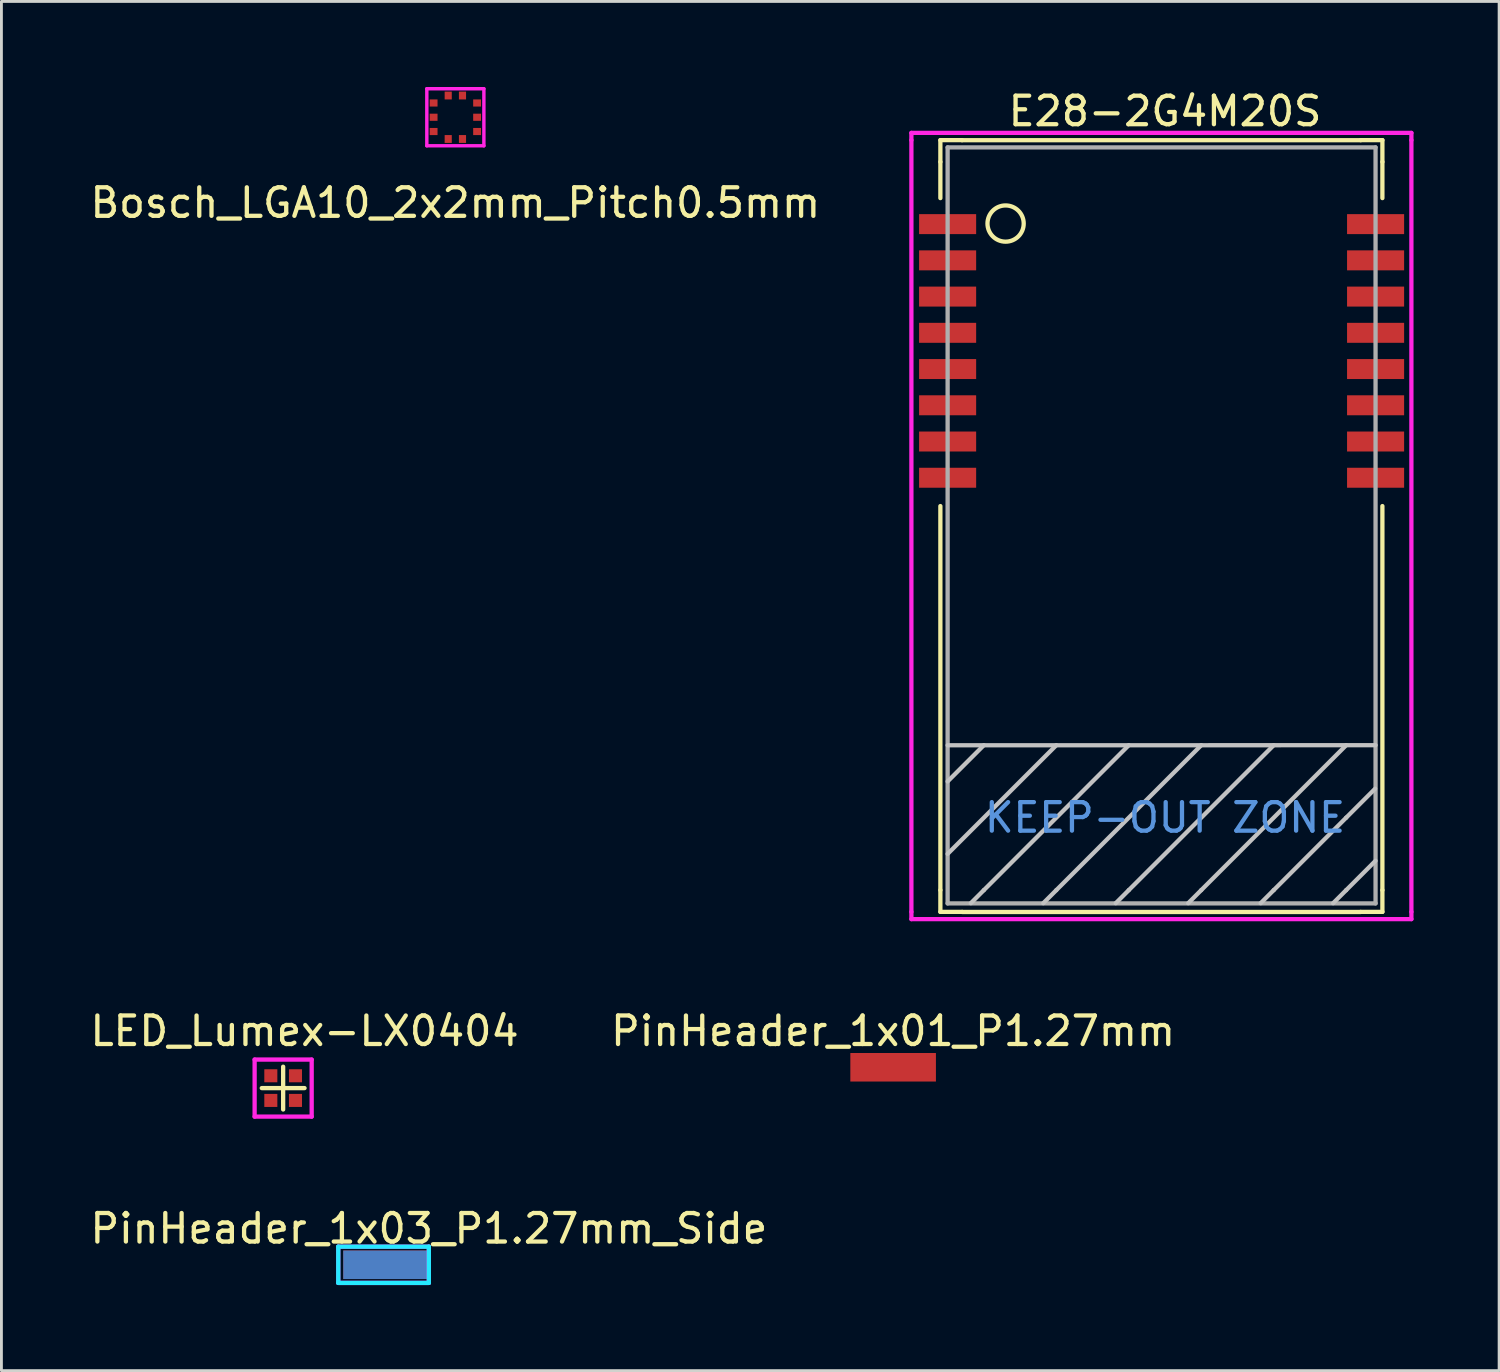
<source format=kicad_pcb>
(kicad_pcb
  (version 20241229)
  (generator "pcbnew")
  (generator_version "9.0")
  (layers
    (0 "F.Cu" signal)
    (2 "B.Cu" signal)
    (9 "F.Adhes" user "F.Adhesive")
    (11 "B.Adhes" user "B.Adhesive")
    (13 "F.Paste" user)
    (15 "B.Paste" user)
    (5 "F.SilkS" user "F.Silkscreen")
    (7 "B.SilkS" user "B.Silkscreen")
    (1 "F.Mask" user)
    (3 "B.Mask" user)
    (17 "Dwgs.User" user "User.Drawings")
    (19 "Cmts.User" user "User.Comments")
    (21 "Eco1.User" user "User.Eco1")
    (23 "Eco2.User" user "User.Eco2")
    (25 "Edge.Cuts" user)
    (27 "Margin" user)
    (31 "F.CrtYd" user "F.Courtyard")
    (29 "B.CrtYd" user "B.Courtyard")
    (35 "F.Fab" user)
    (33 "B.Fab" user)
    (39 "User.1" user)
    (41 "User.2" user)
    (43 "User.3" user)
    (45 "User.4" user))
  (footprint "PinHeader_1x03_P1.27mm_Side"
    (layer "F.Cu")
    (at 11.982 41.283)
    (property "Reference" "PinHeader_1x03_P1.27mm_Side" (at 0 -1.27 0) (layer "F.SilkS") (effects (font (size 1 1) (thickness 0.15))))
    (attr smd)
    (fp_line (start -3.175 -0.635) (end 0 -0.635) (stroke (width 0.15) (type solid)) (layer "B.CrtYd"))
    (fp_line (start -3.175 0.635) (end -3.175 -0.635) (stroke (width 0.15) (type solid)) (layer "B.CrtYd"))
    (fp_line (start 0 -0.635) (end 0 0.635) (stroke (width 0.15) (type solid)) (layer "B.CrtYd"))
    (fp_line (start 0 0.635) (end -3.175 0.635) (stroke (width 0.15) (type solid)) (layer "B.CrtYd"))
    (fp_line (start -3.175 -0.635) (end 0 -0.635) (stroke (width 0.15) (type solid)) (layer "F.CrtYd"))
    (fp_line (start -3.175 0.635) (end -3.175 -0.635) (stroke (width 0.15) (type solid)) (layer "F.CrtYd"))
    (fp_line (start 0 -0.635) (end 0 0.635) (stroke (width 0.15) (type solid)) (layer "F.CrtYd"))
    (fp_line (start 0 0.635) (end -3.175 0.635) (stroke (width 0.15) (type solid)) (layer "F.CrtYd"))
    (pad "" smd rect (at -1.5 0) (size 3 0.65) (layers "F.Mask" "F.Paste"))
    (pad "1" smd rect (at -1.5 0) (size 3 1) (layers "F.Cu" "F.Mask" "F.Paste"))
    (pad "2" smd rect (at -1.5 0) (size 3 1) (layers "F.Mask" "B.Cu" "F.Paste")))
  (footprint "PinHeader_1x01_P1.27mm"
    (layer "F.Cu")
    (at 28.256 34.36)
    (property "Reference" "PinHeader_1x01_P1.27mm" (at 0 -1.27 0) (layer "F.SilkS") (effects (font (size 1 1) (thickness 0.15))))
    (attr through_hole)
    (pad "1" smd rect (at 0 0) (size 3 1) (layers "F.Cu" "F.Mask" "F.Paste")))
  (footprint "LED_Lumex-LX0404"
    (layer "F.Cu")
    (at 6.875 35.09)
    (property "Reference" "LED_Lumex-LX0404" (at 0.75 -2 0) (layer "F.SilkS") (effects (font (size 1 1) (thickness 0.15))))
    (attr smd)
    (fp_line (start -0.75 0) (end 0.75 0) (stroke (width 0.15) (type solid)) (layer "F.SilkS"))
    (fp_line (start 0 -0.75) (end 0 0.75) (stroke (width 0.15) (type solid)) (layer "F.SilkS"))
    (fp_line (start -1 -1) (end 1 -1) (stroke (width 0.15) (type solid)) (layer "F.CrtYd"))
    (fp_line (start -1 1) (end -1 -1) (stroke (width 0.15) (type solid)) (layer "F.CrtYd"))
    (fp_line (start 1 -1) (end 1 1) (stroke (width 0.15) (type solid)) (layer "F.CrtYd"))
    (fp_line (start 1 1) (end -1 1) (stroke (width 0.15) (type solid)) (layer "F.CrtYd"))
    (pad "1" smd rect (at -0.432 -0.432) (size 0.457 0.457) (layers "F.Cu" "F.Mask" "F.Paste"))
    (pad "2" smd rect (at 0.432 -0.432) (size 0.457 0.457) (layers "F.Cu" "F.Mask" "F.Paste"))
    (pad "3" smd rect (at -0.432 0.432) (size 0.457 0.457) (layers "F.Cu" "F.Mask" "F.Paste"))
    (pad "4" smd rect (at 0.432 0.432) (size 0.457 0.457) (layers "F.Cu" "F.Mask" "F.Paste")))
  (footprint "Bosch_LGA10_2x2mm_Pitch0.5mm"
    (layer "F.Cu")
    (at 12.911 1.06)
    (property "Reference" "Bosch_LGA10_2x2mm_Pitch0.5mm" (at 0 3 0) (layer "F.SilkS") (effects (font (size 1 1) (thickness 0.15))))
    (attr smd)
    (fp_line (start -1 -1) (end -1 1) (stroke (width 0.12) (type solid)) (layer "F.CrtYd"))
    (fp_line (start -1 1) (end 1 1) (stroke (width 0.12) (type solid)) (layer "F.CrtYd"))
    (fp_line (start 1 -1) (end -1 -1) (stroke (width 0.12) (type solid)) (layer "F.CrtYd"))
    (fp_line (start 1 1) (end 1 -1) (stroke (width 0.12) (type solid)) (layer "F.CrtYd"))
    (pad "1" smd rect (at -0.25 -0.762) (size 0.25 0.275) (layers "F.Cu" "F.Mask" "F.Paste"))
    (pad "2" smd rect (at 0.25 -0.762) (size 0.25 0.275) (layers "F.Cu" "F.Mask" "F.Paste"))
    (pad "3" smd rect (at 0.762 -0.5) (size 0.275 0.25) (layers "F.Cu" "F.Mask" "F.Paste"))
    (pad "4" smd rect (at 0.762 0) (size 0.275 0.25) (layers "F.Cu" "F.Mask" "F.Paste"))
    (pad "5" smd rect (at 0.762 0.5) (size 0.275 0.25) (layers "F.Cu" "F.Mask" "F.Paste"))
    (pad "6" smd rect (at 0.25 0.762) (size 0.25 0.275) (layers "F.Cu" "F.Mask" "F.Paste"))
    (pad "7" smd rect (at -0.25 0.762) (size 0.25 0.275) (layers "F.Cu" "F.Mask" "F.Paste"))
    (pad "8" smd rect (at -0.762 0.5) (size 0.275 0.25) (layers "F.Cu" "F.Mask" "F.Paste"))
    (pad "9" smd rect (at -0.762 0) (size 0.275 0.25) (layers "F.Cu" "F.Mask" "F.Paste"))
    (pad "10" smd rect (at -0.762 -0.5) (size 0.275 0.25) (layers "F.Cu" "F.Mask" "F.Paste")))
  (footprint "E28-2G4M20S"
    (layer "F.Cu")
    (at 37.786 15.451)
    (property "Reference" "E28-2G4M20S" (at 0 -14.602 0) (layer "F.SilkS") (effects (font (size 1 1) (thickness 0.15))))
    (attr smd)
    (fp_line (start -7.874 -13.589) (end -7.112 -13.589) (stroke (width 0.15) (type solid)) (layer "F.SilkS"))
    (fp_line (start -7.874 -12.827) (end -7.874 -13.589) (stroke (width 0.15) (type solid)) (layer "F.SilkS"))
    (fp_line (start -7.874 -12.827) (end -7.874 -11.557) (stroke (width 0.15) (type solid)) (layer "F.SilkS"))
    (fp_line (start -7.874 12.7) (end -7.874 -0.762) (stroke (width 0.15) (type solid)) (layer "F.SilkS"))
    (fp_line (start -7.874 12.7) (end -7.874 13.462) (stroke (width 0.15) (type solid)) (layer "F.SilkS"))
    (fp_line (start -7.874 13.462) (end -7.112 13.462) (stroke (width 0.15) (type solid)) (layer "F.SilkS"))
    (fp_line (start -7.112 -13.586) (end 6.858 -13.586) (stroke (width 0.15) (type solid)) (layer "F.SilkS"))
    (fp_line (start -7.112 13.465) (end 6.858 13.465) (stroke (width 0.15) (type solid)) (layer "F.SilkS"))
    (fp_line (start 7.62 -13.589) (end 6.858 -13.589) (stroke (width 0.15) (type solid)) (layer "F.SilkS"))
    (fp_line (start 7.62 -12.827) (end 7.62 -13.589) (stroke (width 0.15) (type solid)) (layer "F.SilkS"))
    (fp_line (start 7.62 -12.827) (end 7.62 -11.557) (stroke (width 0.15) (type solid)) (layer "F.SilkS"))
    (fp_line (start 7.62 12.7) (end 7.62 -0.762) (stroke (width 0.15) (type solid)) (layer "F.SilkS"))
    (fp_line (start 7.62 12.7) (end 7.62 13.462) (stroke (width 0.15) (type solid)) (layer "F.SilkS"))
    (fp_line (start 7.62 13.462) (end 6.858 13.462) (stroke (width 0.15) (type solid)) (layer "F.SilkS"))
    (fp_circle (center -5.588 -10.665) (end -5.588 -10.03) (stroke (width 0.15) (type solid)) (fill no) (layer "F.SilkS"))
    (fp_line (start -7.62 7.623) (end 7.381 7.62) (stroke (width 0.15) (type solid)) (layer "Dwgs.User"))
    (fp_line (start -7.62 8.89) (end -6.35 7.62) (stroke (width 0.15) (type solid)) (layer "Dwgs.User"))
    (fp_line (start -7.62 11.43) (end -3.81 7.62) (stroke (width 0.15) (type solid)) (layer "Dwgs.User"))
    (fp_line (start -6.35 12.7) (end -6.807 13.157) (stroke (width 0.15) (type solid)) (layer "Dwgs.User"))
    (fp_line (start -3.81 12.7) (end -4.267 13.157) (stroke (width 0.15) (type solid)) (layer "Dwgs.User"))
    (fp_line (start -1.27 7.62) (end -6.35 12.7) (stroke (width 0.15) (type solid)) (layer "Dwgs.User"))
    (fp_line (start -1.27 12.7) (end -1.727 13.157) (stroke (width 0.15) (type solid)) (layer "Dwgs.User"))
    (fp_line (start 1.27 7.62) (end -3.81 12.7) (stroke (width 0.15) (type solid)) (layer "Dwgs.User"))
    (fp_line (start 1.27 12.7) (end 0.813 13.157) (stroke (width 0.15) (type solid)) (layer "Dwgs.User"))
    (fp_line (start 3.81 7.62) (end -1.27 12.7) (stroke (width 0.15) (type solid)) (layer "Dwgs.User"))
    (fp_line (start 3.81 12.7) (end 3.353 13.157) (stroke (width 0.15) (type solid)) (layer "Dwgs.User"))
    (fp_line (start 3.81 12.7) (end 6.35 10.16) (stroke (width 0.15) (type solid)) (layer "Dwgs.User"))
    (fp_line (start 6.35 7.62) (end 1.27 12.7) (stroke (width 0.15) (type solid)) (layer "Dwgs.User"))
    (fp_line (start 6.35 10.16) (end 7.366 9.144) (stroke (width 0.15) (type solid)) (layer "Dwgs.User"))
    (fp_line (start 6.35 12.7) (end 5.893 13.157) (stroke (width 0.15) (type solid)) (layer "Dwgs.User"))
    (fp_line (start 6.35 12.7) (end 7.379 11.671) (stroke (width 0.15) (type solid)) (layer "Dwgs.User"))
    (fp_line (start -8.89 -13.843) (end 8.636 -13.843) (stroke (width 0.15) (type solid)) (layer "F.CrtYd"))
    (fp_line (start -8.89 -13.589) (end -8.89 -13.843) (stroke (width 0.15) (type solid)) (layer "F.CrtYd"))
    (fp_line (start -8.89 13.462) (end -8.89 -13.589) (stroke (width 0.15) (type solid)) (layer "F.CrtYd"))
    (fp_line (start -8.89 13.462) (end -8.89 13.716) (stroke (width 0.15) (type solid)) (layer "F.CrtYd"))
    (fp_line (start -8.89 13.716) (end 8.636 13.716) (stroke (width 0.15) (type solid)) (layer "F.CrtYd"))
    (fp_line (start 8.636 -13.843) (end 8.636 -13.589) (stroke (width 0.15) (type solid)) (layer "F.CrtYd"))
    (fp_line (start 8.636 -13.589) (end 8.636 13.462) (stroke (width 0.15) (type solid)) (layer "F.CrtYd"))
    (fp_line (start 8.636 13.716) (end 8.636 13.462) (stroke (width 0.15) (type solid)) (layer "F.CrtYd"))
    (fp_line (start -7.62 -13.335) (end 7.38 -13.335) (stroke (width 0.15) (type solid)) (layer "F.Fab"))
    (fp_line (start -7.62 13.165) (end -7.62 -13.335) (stroke (width 0.15) (type solid)) (layer "F.Fab"))
    (fp_line (start 7.38 -13.335) (end 7.38 13.165) (stroke (width 0.15) (type solid)) (layer "F.Fab"))
    (fp_line (start 7.38 13.165) (end -7.62 13.165) (stroke (width 0.15) (type solid)) (layer "F.Fab"))
    (fp_text user "KEEP-OUT ZONE" (at 0 10.16 0) (layer "Cmts.User") (effects (font (size 1 1) (thickness 0.15))))
    (pad "1" smd rect (at -7.62 -10.645) (size 2 0.7) (layers "F.Cu" "F.Mask" "F.Paste"))
    (pad "2" smd rect (at -7.62 -9.375) (size 2 0.7) (layers "F.Cu" "F.Mask" "F.Paste"))
    (pad "3" smd rect (at -7.62 -8.105) (size 2 0.7) (layers "F.Cu" "F.Mask" "F.Paste"))
    (pad "4" smd rect (at -7.62 -6.835) (size 2 0.7) (layers "F.Cu" "F.Mask" "F.Paste"))
    (pad "5" smd rect (at -7.62 -5.565) (size 2 0.7) (layers "F.Cu" "F.Mask" "F.Paste"))
    (pad "6" smd rect (at -7.62 -4.295) (size 2 0.7) (layers "F.Cu" "F.Mask" "F.Paste"))
    (pad "7" smd rect (at -7.62 -3.025) (size 2 0.7) (layers "F.Cu" "F.Mask" "F.Paste"))
    (pad "8" smd rect (at -7.62 -1.755) (size 2 0.7) (layers "F.Cu" "F.Mask" "F.Paste"))
    (pad "9" smd rect (at 7.381 -1.755) (size 2 0.7) (layers "F.Cu" "F.Mask" "F.Paste"))
    (pad "10" smd rect (at 7.381 -3.025) (size 2 0.7) (layers "F.Cu" "F.Mask" "F.Paste"))
    (pad "11" smd rect (at 7.381 -4.295) (size 2 0.7) (layers "F.Cu" "F.Mask" "F.Paste"))
    (pad "12" smd rect (at 7.381 -5.565) (size 2 0.7) (layers "F.Cu" "F.Mask" "F.Paste"))
    (pad "13" smd rect (at 7.381 -6.835) (size 2 0.7) (layers "F.Cu" "F.Mask" "F.Paste"))
    (pad "14" smd rect (at 7.381 -8.105) (size 2 0.7) (layers "F.Cu" "F.Mask" "F.Paste"))
    (pad "15" smd rect (at 7.381 -9.375) (size 2 0.7) (layers "F.Cu" "F.Mask" "F.Paste"))
    (pad "16" smd rect (at 7.381 -10.645) (size 2 0.7) (layers "F.Cu" "F.Mask" "F.Paste")))
  (gr_rect
    (start -3 -3)
    (end 49.497 44.993)
    (stroke (width 0.1) (type default))
    (fill no)
    (layer "Edge.Cuts")))
</source>
